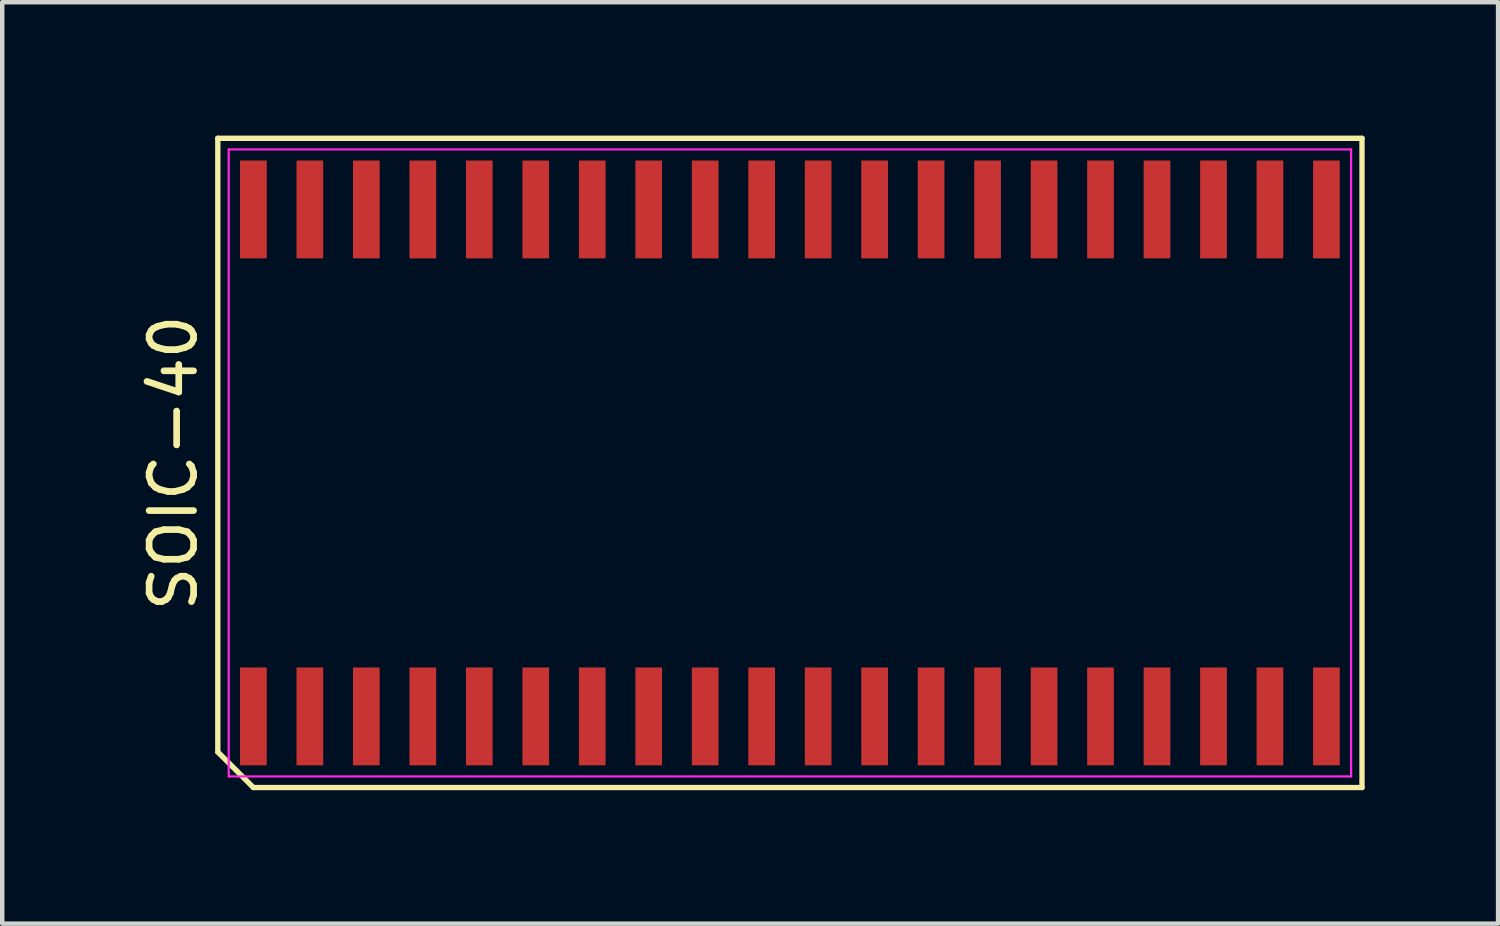
<source format=kicad_pcb>
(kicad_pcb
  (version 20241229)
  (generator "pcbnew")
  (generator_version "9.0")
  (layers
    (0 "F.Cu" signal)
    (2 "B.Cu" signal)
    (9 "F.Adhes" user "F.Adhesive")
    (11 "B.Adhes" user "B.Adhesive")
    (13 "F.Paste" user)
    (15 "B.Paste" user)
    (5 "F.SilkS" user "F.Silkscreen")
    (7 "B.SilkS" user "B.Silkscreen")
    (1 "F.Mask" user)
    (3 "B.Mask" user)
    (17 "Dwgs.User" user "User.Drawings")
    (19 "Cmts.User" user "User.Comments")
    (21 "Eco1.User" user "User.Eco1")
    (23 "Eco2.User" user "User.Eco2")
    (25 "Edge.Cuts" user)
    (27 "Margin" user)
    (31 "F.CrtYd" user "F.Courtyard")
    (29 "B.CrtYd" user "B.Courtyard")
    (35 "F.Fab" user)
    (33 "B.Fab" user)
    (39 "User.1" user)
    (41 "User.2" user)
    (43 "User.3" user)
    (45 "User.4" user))
  (footprint "SOIC-40"
    (layer "F.Cu")
    (at 14.713 7.36)
    (property "Reference" "SOIC-40" (at -13.865 0 90) (layer "F.SilkS") (effects (font (size 1 1) (thickness 0.15))))
    (attr through_hole)
    (fp_line (start -12.865 -7.3) (end 12.865 -7.3) (stroke (width 0.12) (type solid)) (layer "F.SilkS"))
    (fp_line (start -12.865 6.5) (end -12.865 -7.3) (stroke (width 0.12) (type solid)) (layer "F.SilkS"))
    (fp_line (start -12.065 7.3) (end -12.865 6.5) (stroke (width 0.12) (type solid)) (layer "F.SilkS"))
    (fp_line (start 12.865 -7.3) (end 12.865 7.3) (stroke (width 0.12) (type solid)) (layer "F.SilkS"))
    (fp_line (start 12.865 7.3) (end -12.065 7.3) (stroke (width 0.12) (type solid)) (layer "F.SilkS"))
    (fp_line (start -12.62 -7.05) (end 12.62 -7.05) (stroke (width 0.05) (type solid)) (layer "F.CrtYd"))
    (fp_line (start -12.62 7.05) (end -12.62 -7.05) (stroke (width 0.05) (type solid)) (layer "F.CrtYd"))
    (fp_line (start 12.62 -7.05) (end 12.62 7.05) (stroke (width 0.05) (type solid)) (layer "F.CrtYd"))
    (fp_line (start 12.62 7.05) (end -12.62 7.05) (stroke (width 0.05) (type solid)) (layer "F.CrtYd"))
    (pad "1" smd rect (at -12.065 5.7) (size 0.6 2.2) (layers "F.Cu" "F.Mask" "F.Paste"))
    (pad "2" smd rect (at -10.795 5.7) (size 0.6 2.2) (layers "F.Cu" "F.Mask" "F.Paste"))
    (pad "3" smd rect (at -9.525 5.7) (size 0.6 2.2) (layers "F.Cu" "F.Mask" "F.Paste"))
    (pad "4" smd rect (at -8.255 5.7) (size 0.6 2.2) (layers "F.Cu" "F.Mask" "F.Paste"))
    (pad "5" smd rect (at -6.985 5.7) (size 0.6 2.2) (layers "F.Cu" "F.Mask" "F.Paste"))
    (pad "6" smd rect (at -5.715 5.7) (size 0.6 2.2) (layers "F.Cu" "F.Mask" "F.Paste"))
    (pad "7" smd rect (at -4.445 5.7) (size 0.6 2.2) (layers "F.Cu" "F.Mask" "F.Paste"))
    (pad "8" smd rect (at -3.175 5.7) (size 0.6 2.2) (layers "F.Cu" "F.Mask" "F.Paste"))
    (pad "9" smd rect (at -1.905 5.7) (size 0.6 2.2) (layers "F.Cu" "F.Mask" "F.Paste"))
    (pad "10" smd rect (at -0.635 5.7) (size 0.6 2.2) (layers "F.Cu" "F.Mask" "F.Paste"))
    (pad "11" smd rect (at 0.635 5.7) (size 0.6 2.2) (layers "F.Cu" "F.Mask" "F.Paste"))
    (pad "12" smd rect (at 1.905 5.7) (size 0.6 2.2) (layers "F.Cu" "F.Mask" "F.Paste"))
    (pad "13" smd rect (at 3.175 5.7) (size 0.6 2.2) (layers "F.Cu" "F.Mask" "F.Paste"))
    (pad "14" smd rect (at 4.445 5.7) (size 0.6 2.2) (layers "F.Cu" "F.Mask" "F.Paste"))
    (pad "15" smd rect (at 5.715 5.7) (size 0.6 2.2) (layers "F.Cu" "F.Mask" "F.Paste"))
    (pad "16" smd rect (at 6.985 5.7) (size 0.6 2.2) (layers "F.Cu" "F.Mask" "F.Paste"))
    (pad "17" smd rect (at 8.255 5.7) (size 0.6 2.2) (layers "F.Cu" "F.Mask" "F.Paste"))
    (pad "18" smd rect (at 9.525 5.7) (size 0.6 2.2) (layers "F.Cu" "F.Mask" "F.Paste"))
    (pad "19" smd rect (at 10.795 5.7) (size 0.6 2.2) (layers "F.Cu" "F.Mask" "F.Paste"))
    (pad "20" smd rect (at 12.065 5.7) (size 0.6 2.2) (layers "F.Cu" "F.Mask" "F.Paste"))
    (pad "21" smd rect (at 12.065 -5.7) (size 0.6 2.2) (layers "F.Cu" "F.Mask" "F.Paste"))
    (pad "22" smd rect (at 10.795 -5.7) (size 0.6 2.2) (layers "F.Cu" "F.Mask" "F.Paste"))
    (pad "23" smd rect (at 9.525 -5.7) (size 0.6 2.2) (layers "F.Cu" "F.Mask" "F.Paste"))
    (pad "24" smd rect (at 8.255 -5.7) (size 0.6 2.2) (layers "F.Cu" "F.Mask" "F.Paste"))
    (pad "25" smd rect (at 6.985 -5.7) (size 0.6 2.2) (layers "F.Cu" "F.Mask" "F.Paste"))
    (pad "26" smd rect (at 5.715 -5.7) (size 0.6 2.2) (layers "F.Cu" "F.Mask" "F.Paste"))
    (pad "27" smd rect (at 4.445 -5.7) (size 0.6 2.2) (layers "F.Cu" "F.Mask" "F.Paste"))
    (pad "28" smd rect (at 3.175 -5.7) (size 0.6 2.2) (layers "F.Cu" "F.Mask" "F.Paste"))
    (pad "29" smd rect (at 1.905 -5.7) (size 0.6 2.2) (layers "F.Cu" "F.Mask" "F.Paste"))
    (pad "30" smd rect (at 0.635 -5.7) (size 0.6 2.2) (layers "F.Cu" "F.Mask" "F.Paste"))
    (pad "31" smd rect (at -0.635 -5.7) (size 0.6 2.2) (layers "F.Cu" "F.Mask" "F.Paste"))
    (pad "32" smd rect (at -1.905 -5.7) (size 0.6 2.2) (layers "F.Cu" "F.Mask" "F.Paste"))
    (pad "33" smd rect (at -3.175 -5.7) (size 0.6 2.2) (layers "F.Cu" "F.Mask" "F.Paste"))
    (pad "34" smd rect (at -4.445 -5.7) (size 0.6 2.2) (layers "F.Cu" "F.Mask" "F.Paste"))
    (pad "35" smd rect (at -5.715 -5.7) (size 0.6 2.2) (layers "F.Cu" "F.Mask" "F.Paste"))
    (pad "36" smd rect (at -6.985 -5.7) (size 0.6 2.2) (layers "F.Cu" "F.Mask" "F.Paste"))
    (pad "37" smd rect (at -8.255 -5.7) (size 0.6 2.2) (layers "F.Cu" "F.Mask" "F.Paste"))
    (pad "38" smd rect (at -9.525 -5.7) (size 0.6 2.2) (layers "F.Cu" "F.Mask" "F.Paste"))
    (pad "39" smd rect (at -10.795 -5.7) (size 0.6 2.2) (layers "F.Cu" "F.Mask" "F.Paste"))
    (pad "40" smd rect (at -12.065 -5.7) (size 0.6 2.2) (layers "F.Cu" "F.Mask" "F.Paste")))
  (gr_rect
    (start -3 -3)
    (end 30.638 17.72)
    (stroke (width 0.1) (type default))
    (fill no)
    (layer "Edge.Cuts")))
</source>
